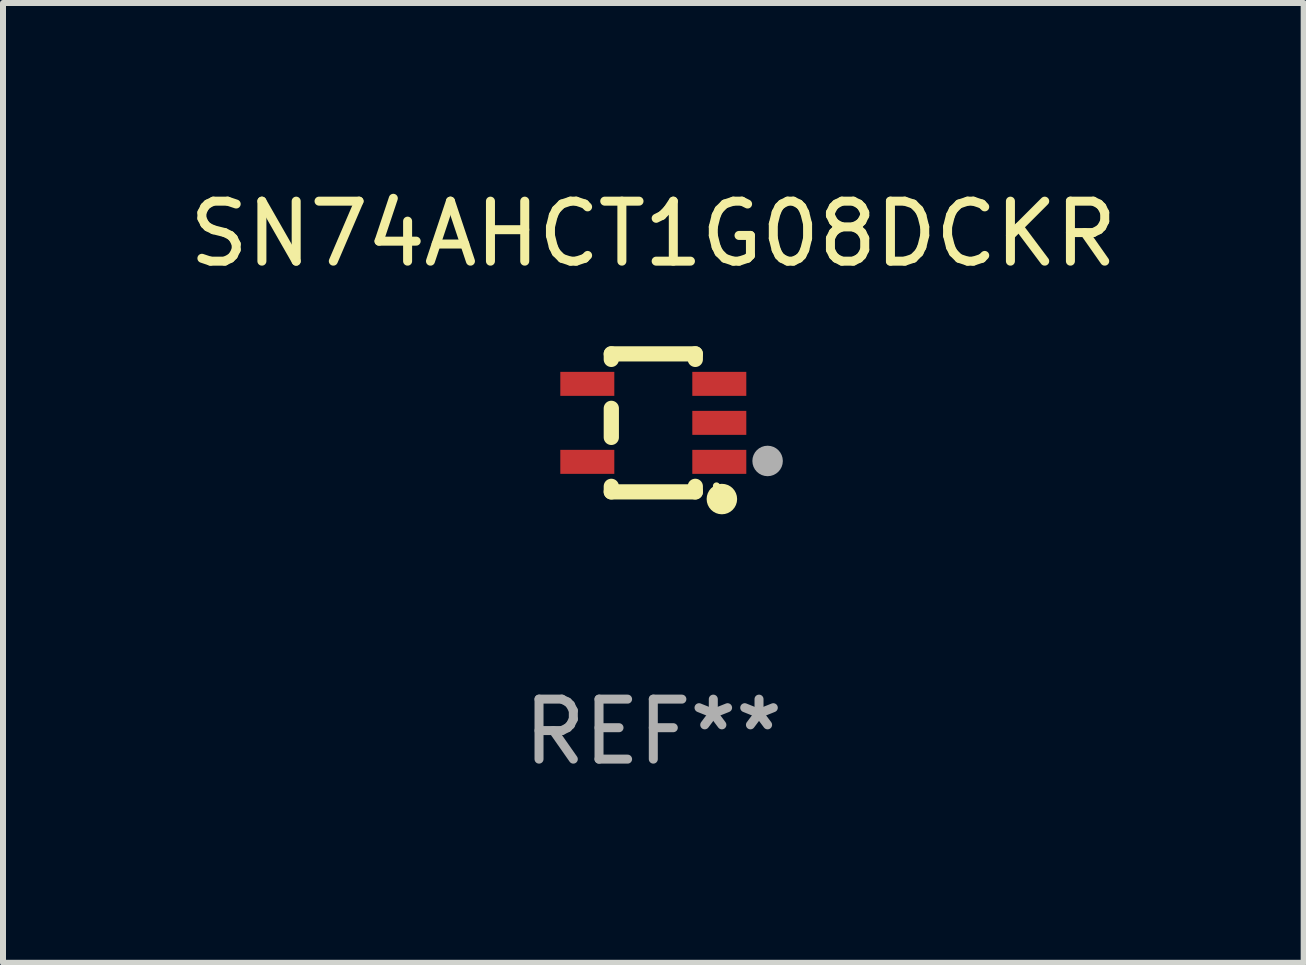
<source format=kicad_pcb>
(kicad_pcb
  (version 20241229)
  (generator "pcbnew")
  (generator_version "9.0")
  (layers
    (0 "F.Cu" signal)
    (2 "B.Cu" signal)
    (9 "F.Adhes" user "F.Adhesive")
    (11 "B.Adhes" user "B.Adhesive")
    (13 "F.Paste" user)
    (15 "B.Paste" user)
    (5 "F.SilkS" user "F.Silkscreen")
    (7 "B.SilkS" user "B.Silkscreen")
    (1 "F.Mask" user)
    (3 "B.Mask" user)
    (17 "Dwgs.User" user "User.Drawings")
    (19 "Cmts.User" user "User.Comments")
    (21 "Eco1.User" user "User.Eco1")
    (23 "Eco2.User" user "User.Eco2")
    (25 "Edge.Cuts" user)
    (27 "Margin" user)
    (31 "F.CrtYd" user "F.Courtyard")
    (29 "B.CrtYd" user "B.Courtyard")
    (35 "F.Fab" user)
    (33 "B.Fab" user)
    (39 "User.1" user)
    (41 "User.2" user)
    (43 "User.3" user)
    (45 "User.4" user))
  (footprint "SN74AHCT1G08DCKR"
    (layer "F.Cu")
    (at 7.839 3.998)
    (property "Reference" "SN74AHCT1G08DCKR" (at 0 -3.15 0) (layer "F.SilkS") (effects (font (size 1 1) (thickness 0.15))))
    (attr through_hole)
    (fp_line (start -0.7 -1.15) (end 0.7 -1.15) (stroke (width 0.254) (type solid)) (layer "F.SilkS"))
    (fp_line (start -0.7 -1.058) (end -0.7 -1.15) (stroke (width 0.254) (type solid)) (layer "F.SilkS"))
    (fp_line (start -0.7 0.242) (end -0.7 -0.242) (stroke (width 0.254) (type solid)) (layer "F.SilkS"))
    (fp_line (start -0.7 1.15) (end -0.7 1.058) (stroke (width 0.254) (type solid)) (layer "F.SilkS"))
    (fp_line (start -0.7 1.15) (end 0.7 1.15) (stroke (width 0.254) (type solid)) (layer "F.SilkS"))
    (fp_line (start 0.7 -1.058) (end 0.7 -1.15) (stroke (width 0.254) (type solid)) (layer "F.SilkS"))
    (fp_line (start 0.7 1.15) (end 0.7 1.058) (stroke (width 0.254) (type solid)) (layer "F.SilkS"))
    (fp_circle (center 1.053 1.052) (end 1.083 1.052) (stroke (width 0.06) (type solid)) (fill no) (layer "F.SilkS"))
    (fp_circle (center 1.143 1.27) (end 1.27 1.27) (stroke (width 0.254) (type solid)) (fill no) (layer "F.SilkS"))
    (fp_circle (center 1.905 0.635) (end 2.032 0.635) (stroke (width 0.254) (type solid)) (fill no) (layer "F.Fab"))
    (fp_text user "REF**" (at 0 5.15 0) (layer "F.Fab") (effects (font (size 1 1) (thickness 0.15))))
    (pad "1" smd rect (at 1.1 0.65 90) (size 0.4 0.9) (layers "F.Cu" "F.Mask" "F.Paste"))
    (pad "2" smd rect (at 1.1 0.000076 90) (size 0.4 0.9) (layers "F.Cu" "F.Mask" "F.Paste"))
    (pad "3" smd rect (at 1.1 -0.65 90) (size 0.4 0.9) (layers "F.Cu" "F.Mask" "F.Paste"))
    (pad "4" smd rect (at -1.1 -0.65 90) (size 0.4 0.9) (layers "F.Cu" "F.Mask" "F.Paste"))
    (pad "5" smd rect (at -1.1 0.65 90) (size 0.4 0.9) (layers "F.Cu" "F.Mask" "F.Paste")))
  (gr_rect
    (start -3 -3)
    (end 18.679 12.997)
    (stroke (width 0.1) (type default))
    (fill no)
    (layer "Edge.Cuts")))
</source>
